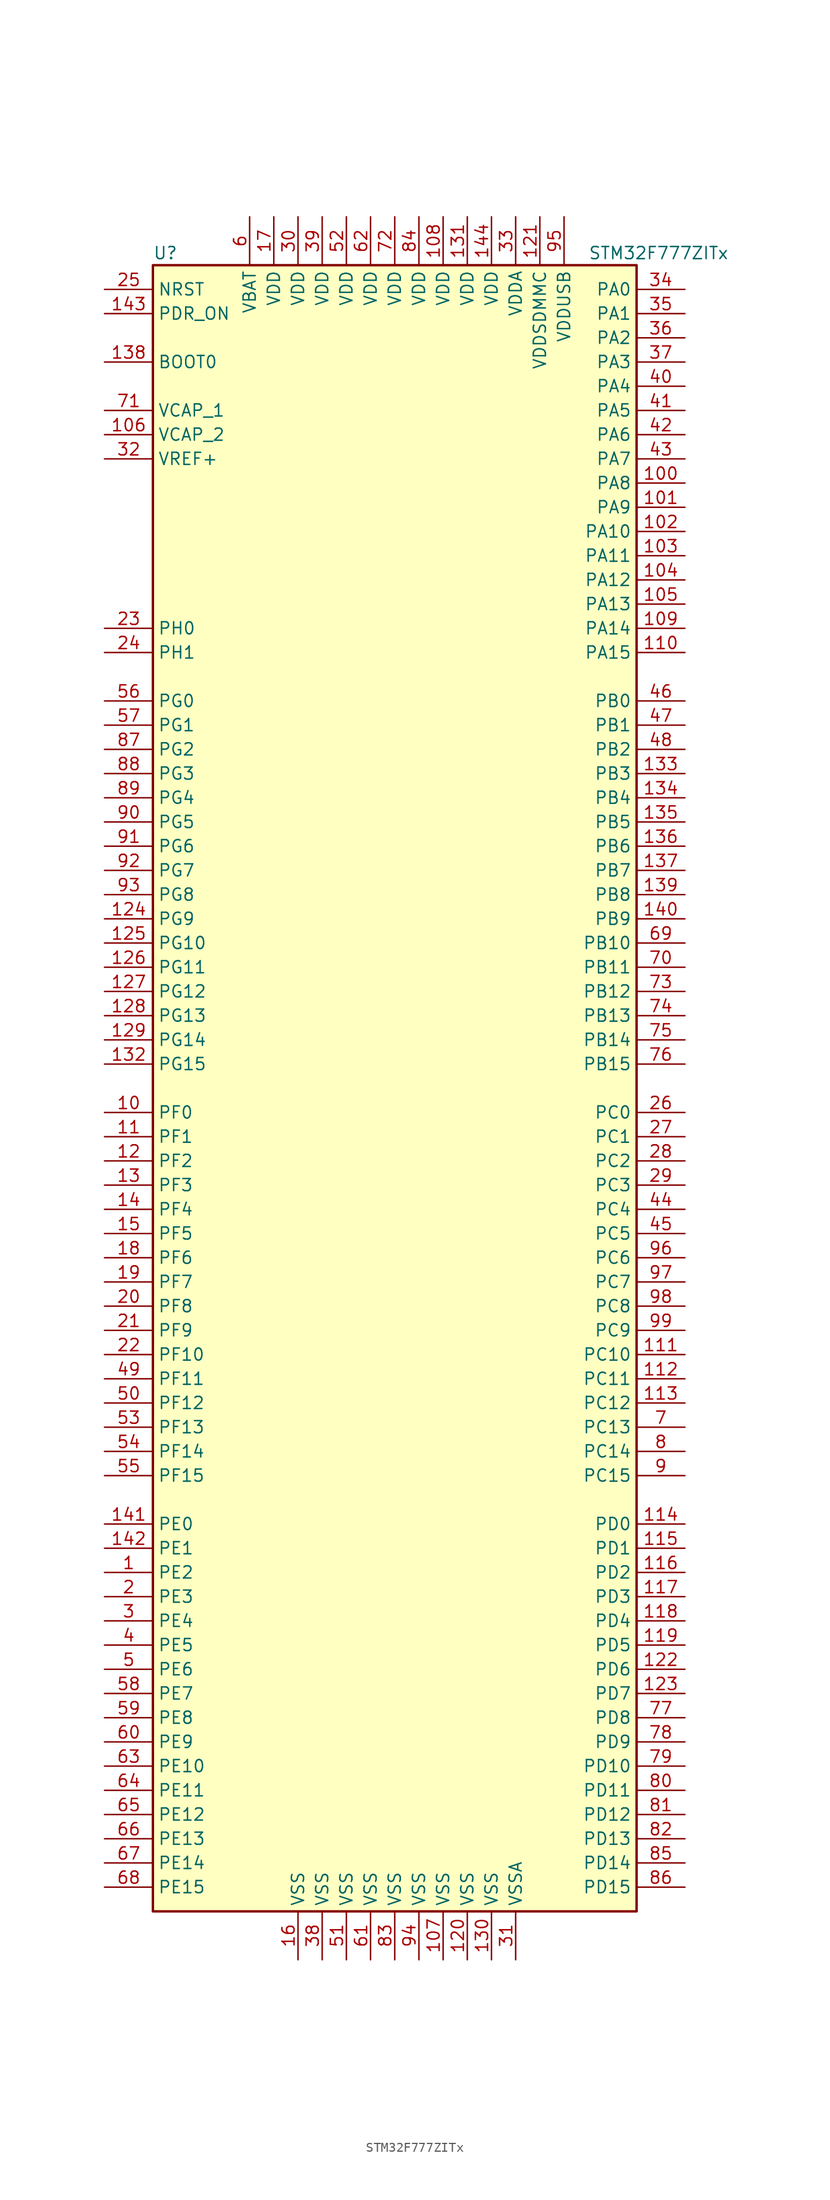
<source format=kicad_sym>
(kicad_symbol_lib
  (version 20201005)
  (generator kicad_symbol_editor)
  (symbol "MCU_ST_STM32F7:STM32F777ZITx"
    (property "Reference" "U"
      (at -25.4 87.63 0)
      (effects (font (size 1.27 1.27)) (justify left)))
    (property "Value" "STM32F777ZITx"
      (at 20.32 87.63 0)
      (effects (font (size 1.27 1.27)) (justify left)))
    (symbol "STM32F777ZITx_0_1"
      (rectangle (start -25.4 -86.36) (end 25.4 86.36) (stroke (width 0.254)) (fill (type background))))
    (symbol "STM32F777ZITx_1_1"
      (pin input line (at -30.48 76.2 0) (length 5.08) (name "BOOT0" (effects (font (size 1.27 1.27)))) (number "138" (effects (font (size 1.27 1.27)))))
      (pin input line (at -30.48 83.82 0) (length 5.08) (name "NRST" (effects (font (size 1.27 1.27)))) (number "25" (effects (font (size 1.27 1.27)))))
      (pin bidirectional line (at 30.48 83.82 180) (length 5.08) (name "PA0" (effects (font (size 1.27 1.27)))) (number "34" (effects (font (size 1.27 1.27)))))
      (pin bidirectional line (at 30.48 81.28 180) (length 5.08) (name "PA1" (effects (font (size 1.27 1.27)))) (number "35" (effects (font (size 1.27 1.27)))))
      (pin bidirectional line (at 30.48 58.42 180) (length 5.08) (name "PA10" (effects (font (size 1.27 1.27)))) (number "102" (effects (font (size 1.27 1.27)))))
      (pin bidirectional line (at 30.48 55.88 180) (length 5.08) (name "PA11" (effects (font (size 1.27 1.27)))) (number "103" (effects (font (size 1.27 1.27)))))
      (pin bidirectional line (at 30.48 53.34 180) (length 5.08) (name "PA12" (effects (font (size 1.27 1.27)))) (number "104" (effects (font (size 1.27 1.27)))))
      (pin bidirectional line (at 30.48 50.8 180) (length 5.08) (name "PA13" (effects (font (size 1.27 1.27)))) (number "105" (effects (font (size 1.27 1.27)))))
      (pin bidirectional line (at 30.48 48.26 180) (length 5.08) (name "PA14" (effects (font (size 1.27 1.27)))) (number "109" (effects (font (size 1.27 1.27)))))
      (pin bidirectional line (at 30.48 45.72 180) (length 5.08) (name "PA15" (effects (font (size 1.27 1.27)))) (number "110" (effects (font (size 1.27 1.27)))))
      (pin bidirectional line (at 30.48 78.74 180) (length 5.08) (name "PA2" (effects (font (size 1.27 1.27)))) (number "36" (effects (font (size 1.27 1.27)))))
      (pin bidirectional line (at 30.48 76.2 180) (length 5.08) (name "PA3" (effects (font (size 1.27 1.27)))) (number "37" (effects (font (size 1.27 1.27)))))
      (pin bidirectional line (at 30.48 73.66 180) (length 5.08) (name "PA4" (effects (font (size 1.27 1.27)))) (number "40" (effects (font (size 1.27 1.27)))))
      (pin bidirectional line (at 30.48 71.12 180) (length 5.08) (name "PA5" (effects (font (size 1.27 1.27)))) (number "41" (effects (font (size 1.27 1.27)))))
      (pin bidirectional line (at 30.48 68.58 180) (length 5.08) (name "PA6" (effects (font (size 1.27 1.27)))) (number "42" (effects (font (size 1.27 1.27)))))
      (pin bidirectional line (at 30.48 66.04 180) (length 5.08) (name "PA7" (effects (font (size 1.27 1.27)))) (number "43" (effects (font (size 1.27 1.27)))))
      (pin bidirectional line (at 30.48 63.5 180) (length 5.08) (name "PA8" (effects (font (size 1.27 1.27)))) (number "100" (effects (font (size 1.27 1.27)))))
      (pin bidirectional line (at 30.48 60.96 180) (length 5.08) (name "PA9" (effects (font (size 1.27 1.27)))) (number "101" (effects (font (size 1.27 1.27)))))
      (pin bidirectional line (at 30.48 40.64 180) (length 5.08) (name "PB0" (effects (font (size 1.27 1.27)))) (number "46" (effects (font (size 1.27 1.27)))))
      (pin bidirectional line (at 30.48 38.1 180) (length 5.08) (name "PB1" (effects (font (size 1.27 1.27)))) (number "47" (effects (font (size 1.27 1.27)))))
      (pin bidirectional line (at 30.48 15.24 180) (length 5.08) (name "PB10" (effects (font (size 1.27 1.27)))) (number "69" (effects (font (size 1.27 1.27)))))
      (pin bidirectional line (at 30.48 12.7 180) (length 5.08) (name "PB11" (effects (font (size 1.27 1.27)))) (number "70" (effects (font (size 1.27 1.27)))))
      (pin bidirectional line (at 30.48 10.16 180) (length 5.08) (name "PB12" (effects (font (size 1.27 1.27)))) (number "73" (effects (font (size 1.27 1.27)))))
      (pin bidirectional line (at 30.48 7.62 180) (length 5.08) (name "PB13" (effects (font (size 1.27 1.27)))) (number "74" (effects (font (size 1.27 1.27)))))
      (pin bidirectional line (at 30.48 5.08 180) (length 5.08) (name "PB14" (effects (font (size 1.27 1.27)))) (number "75" (effects (font (size 1.27 1.27)))))
      (pin bidirectional line (at 30.48 2.54 180) (length 5.08) (name "PB15" (effects (font (size 1.27 1.27)))) (number "76" (effects (font (size 1.27 1.27)))))
      (pin bidirectional line (at 30.48 35.56 180) (length 5.08) (name "PB2" (effects (font (size 1.27 1.27)))) (number "48" (effects (font (size 1.27 1.27)))))
      (pin bidirectional line (at 30.48 33.02 180) (length 5.08) (name "PB3" (effects (font (size 1.27 1.27)))) (number "133" (effects (font (size 1.27 1.27)))))
      (pin bidirectional line (at 30.48 30.48 180) (length 5.08) (name "PB4" (effects (font (size 1.27 1.27)))) (number "134" (effects (font (size 1.27 1.27)))))
      (pin bidirectional line (at 30.48 27.94 180) (length 5.08) (name "PB5" (effects (font (size 1.27 1.27)))) (number "135" (effects (font (size 1.27 1.27)))))
      (pin bidirectional line (at 30.48 25.4 180) (length 5.08) (name "PB6" (effects (font (size 1.27 1.27)))) (number "136" (effects (font (size 1.27 1.27)))))
      (pin bidirectional line (at 30.48 22.86 180) (length 5.08) (name "PB7" (effects (font (size 1.27 1.27)))) (number "137" (effects (font (size 1.27 1.27)))))
      (pin bidirectional line (at 30.48 20.32 180) (length 5.08) (name "PB8" (effects (font (size 1.27 1.27)))) (number "139" (effects (font (size 1.27 1.27)))))
      (pin bidirectional line (at 30.48 17.78 180) (length 5.08) (name "PB9" (effects (font (size 1.27 1.27)))) (number "140" (effects (font (size 1.27 1.27)))))
      (pin bidirectional line (at 30.48 -2.54 180) (length 5.08) (name "PC0" (effects (font (size 1.27 1.27)))) (number "26" (effects (font (size 1.27 1.27)))))
      (pin bidirectional line (at 30.48 -5.08 180) (length 5.08) (name "PC1" (effects (font (size 1.27 1.27)))) (number "27" (effects (font (size 1.27 1.27)))))
      (pin bidirectional line (at 30.48 -27.94 180) (length 5.08) (name "PC10" (effects (font (size 1.27 1.27)))) (number "111" (effects (font (size 1.27 1.27)))))
      (pin bidirectional line (at 30.48 -30.48 180) (length 5.08) (name "PC11" (effects (font (size 1.27 1.27)))) (number "112" (effects (font (size 1.27 1.27)))))
      (pin bidirectional line (at 30.48 -33.02 180) (length 5.08) (name "PC12" (effects (font (size 1.27 1.27)))) (number "113" (effects (font (size 1.27 1.27)))))
      (pin bidirectional line (at 30.48 -35.56 180) (length 5.08) (name "PC13" (effects (font (size 1.27 1.27)))) (number "7" (effects (font (size 1.27 1.27)))))
      (pin bidirectional line (at 30.48 -38.1 180) (length 5.08) (name "PC14" (effects (font (size 1.27 1.27)))) (number "8" (effects (font (size 1.27 1.27)))))
      (pin bidirectional line (at 30.48 -40.64 180) (length 5.08) (name "PC15" (effects (font (size 1.27 1.27)))) (number "9" (effects (font (size 1.27 1.27)))))
      (pin bidirectional line (at 30.48 -7.62 180) (length 5.08) (name "PC2" (effects (font (size 1.27 1.27)))) (number "28" (effects (font (size 1.27 1.27)))))
      (pin bidirectional line (at 30.48 -10.16 180) (length 5.08) (name "PC3" (effects (font (size 1.27 1.27)))) (number "29" (effects (font (size 1.27 1.27)))))
      (pin bidirectional line (at 30.48 -12.7 180) (length 5.08) (name "PC4" (effects (font (size 1.27 1.27)))) (number "44" (effects (font (size 1.27 1.27)))))
      (pin bidirectional line (at 30.48 -15.24 180) (length 5.08) (name "PC5" (effects (font (size 1.27 1.27)))) (number "45" (effects (font (size 1.27 1.27)))))
      (pin bidirectional line (at 30.48 -17.78 180) (length 5.08) (name "PC6" (effects (font (size 1.27 1.27)))) (number "96" (effects (font (size 1.27 1.27)))))
      (pin bidirectional line (at 30.48 -20.32 180) (length 5.08) (name "PC7" (effects (font (size 1.27 1.27)))) (number "97" (effects (font (size 1.27 1.27)))))
      (pin bidirectional line (at 30.48 -22.86 180) (length 5.08) (name "PC8" (effects (font (size 1.27 1.27)))) (number "98" (effects (font (size 1.27 1.27)))))
      (pin bidirectional line (at 30.48 -25.4 180) (length 5.08) (name "PC9" (effects (font (size 1.27 1.27)))) (number "99" (effects (font (size 1.27 1.27)))))
      (pin bidirectional line (at 30.48 -45.72 180) (length 5.08) (name "PD0" (effects (font (size 1.27 1.27)))) (number "114" (effects (font (size 1.27 1.27)))))
      (pin bidirectional line (at 30.48 -48.26 180) (length 5.08) (name "PD1" (effects (font (size 1.27 1.27)))) (number "115" (effects (font (size 1.27 1.27)))))
      (pin bidirectional line (at 30.48 -71.12 180) (length 5.08) (name "PD10" (effects (font (size 1.27 1.27)))) (number "79" (effects (font (size 1.27 1.27)))))
      (pin bidirectional line (at 30.48 -73.66 180) (length 5.08) (name "PD11" (effects (font (size 1.27 1.27)))) (number "80" (effects (font (size 1.27 1.27)))))
      (pin bidirectional line (at 30.48 -76.2 180) (length 5.08) (name "PD12" (effects (font (size 1.27 1.27)))) (number "81" (effects (font (size 1.27 1.27)))))
      (pin bidirectional line (at 30.48 -78.74 180) (length 5.08) (name "PD13" (effects (font (size 1.27 1.27)))) (number "82" (effects (font (size 1.27 1.27)))))
      (pin bidirectional line (at 30.48 -81.28 180) (length 5.08) (name "PD14" (effects (font (size 1.27 1.27)))) (number "85" (effects (font (size 1.27 1.27)))))
      (pin bidirectional line (at 30.48 -83.82 180) (length 5.08) (name "PD15" (effects (font (size 1.27 1.27)))) (number "86" (effects (font (size 1.27 1.27)))))
      (pin bidirectional line (at 30.48 -50.8 180) (length 5.08) (name "PD2" (effects (font (size 1.27 1.27)))) (number "116" (effects (font (size 1.27 1.27)))))
      (pin bidirectional line (at 30.48 -53.34 180) (length 5.08) (name "PD3" (effects (font (size 1.27 1.27)))) (number "117" (effects (font (size 1.27 1.27)))))
      (pin bidirectional line (at 30.48 -55.88 180) (length 5.08) (name "PD4" (effects (font (size 1.27 1.27)))) (number "118" (effects (font (size 1.27 1.27)))))
      (pin bidirectional line (at 30.48 -58.42 180) (length 5.08) (name "PD5" (effects (font (size 1.27 1.27)))) (number "119" (effects (font (size 1.27 1.27)))))
      (pin bidirectional line (at 30.48 -60.96 180) (length 5.08) (name "PD6" (effects (font (size 1.27 1.27)))) (number "122" (effects (font (size 1.27 1.27)))))
      (pin bidirectional line (at 30.48 -63.5 180) (length 5.08) (name "PD7" (effects (font (size 1.27 1.27)))) (number "123" (effects (font (size 1.27 1.27)))))
      (pin bidirectional line (at 30.48 -66.04 180) (length 5.08) (name "PD8" (effects (font (size 1.27 1.27)))) (number "77" (effects (font (size 1.27 1.27)))))
      (pin bidirectional line (at 30.48 -68.58 180) (length 5.08) (name "PD9" (effects (font (size 1.27 1.27)))) (number "78" (effects (font (size 1.27 1.27)))))
      (pin input line (at -30.48 81.28 0) (length 5.08) (name "PDR_ON" (effects (font (size 1.27 1.27)))) (number "143" (effects (font (size 1.27 1.27)))))
      (pin bidirectional line (at -30.48 -45.72 0) (length 5.08) (name "PE0" (effects (font (size 1.27 1.27)))) (number "141" (effects (font (size 1.27 1.27)))))
      (pin bidirectional line (at -30.48 -48.26 0) (length 5.08) (name "PE1" (effects (font (size 1.27 1.27)))) (number "142" (effects (font (size 1.27 1.27)))))
      (pin bidirectional line (at -30.48 -71.12 0) (length 5.08) (name "PE10" (effects (font (size 1.27 1.27)))) (number "63" (effects (font (size 1.27 1.27)))))
      (pin bidirectional line (at -30.48 -73.66 0) (length 5.08) (name "PE11" (effects (font (size 1.27 1.27)))) (number "64" (effects (font (size 1.27 1.27)))))
      (pin bidirectional line (at -30.48 -76.2 0) (length 5.08) (name "PE12" (effects (font (size 1.27 1.27)))) (number "65" (effects (font (size 1.27 1.27)))))
      (pin bidirectional line (at -30.48 -78.74 0) (length 5.08) (name "PE13" (effects (font (size 1.27 1.27)))) (number "66" (effects (font (size 1.27 1.27)))))
      (pin bidirectional line (at -30.48 -81.28 0) (length 5.08) (name "PE14" (effects (font (size 1.27 1.27)))) (number "67" (effects (font (size 1.27 1.27)))))
      (pin bidirectional line (at -30.48 -83.82 0) (length 5.08) (name "PE15" (effects (font (size 1.27 1.27)))) (number "68" (effects (font (size 1.27 1.27)))))
      (pin bidirectional line (at -30.48 -50.8 0) (length 5.08) (name "PE2" (effects (font (size 1.27 1.27)))) (number "1" (effects (font (size 1.27 1.27)))))
      (pin bidirectional line (at -30.48 -53.34 0) (length 5.08) (name "PE3" (effects (font (size 1.27 1.27)))) (number "2" (effects (font (size 1.27 1.27)))))
      (pin bidirectional line (at -30.48 -55.88 0) (length 5.08) (name "PE4" (effects (font (size 1.27 1.27)))) (number "3" (effects (font (size 1.27 1.27)))))
      (pin bidirectional line (at -30.48 -58.42 0) (length 5.08) (name "PE5" (effects (font (size 1.27 1.27)))) (number "4" (effects (font (size 1.27 1.27)))))
      (pin bidirectional line (at -30.48 -60.96 0) (length 5.08) (name "PE6" (effects (font (size 1.27 1.27)))) (number "5" (effects (font (size 1.27 1.27)))))
      (pin bidirectional line (at -30.48 -63.5 0) (length 5.08) (name "PE7" (effects (font (size 1.27 1.27)))) (number "58" (effects (font (size 1.27 1.27)))))
      (pin bidirectional line (at -30.48 -66.04 0) (length 5.08) (name "PE8" (effects (font (size 1.27 1.27)))) (number "59" (effects (font (size 1.27 1.27)))))
      (pin bidirectional line (at -30.48 -68.58 0) (length 5.08) (name "PE9" (effects (font (size 1.27 1.27)))) (number "60" (effects (font (size 1.27 1.27)))))
      (pin bidirectional line (at -30.48 -2.54 0) (length 5.08) (name "PF0" (effects (font (size 1.27 1.27)))) (number "10" (effects (font (size 1.27 1.27)))))
      (pin bidirectional line (at -30.48 -5.08 0) (length 5.08) (name "PF1" (effects (font (size 1.27 1.27)))) (number "11" (effects (font (size 1.27 1.27)))))
      (pin bidirectional line (at -30.48 -27.94 0) (length 5.08) (name "PF10" (effects (font (size 1.27 1.27)))) (number "22" (effects (font (size 1.27 1.27)))))
      (pin bidirectional line (at -30.48 -30.48 0) (length 5.08) (name "PF11" (effects (font (size 1.27 1.27)))) (number "49" (effects (font (size 1.27 1.27)))))
      (pin bidirectional line (at -30.48 -33.02 0) (length 5.08) (name "PF12" (effects (font (size 1.27 1.27)))) (number "50" (effects (font (size 1.27 1.27)))))
      (pin bidirectional line (at -30.48 -35.56 0) (length 5.08) (name "PF13" (effects (font (size 1.27 1.27)))) (number "53" (effects (font (size 1.27 1.27)))))
      (pin bidirectional line (at -30.48 -38.1 0) (length 5.08) (name "PF14" (effects (font (size 1.27 1.27)))) (number "54" (effects (font (size 1.27 1.27)))))
      (pin bidirectional line (at -30.48 -40.64 0) (length 5.08) (name "PF15" (effects (font (size 1.27 1.27)))) (number "55" (effects (font (size 1.27 1.27)))))
      (pin bidirectional line (at -30.48 -7.62 0) (length 5.08) (name "PF2" (effects (font (size 1.27 1.27)))) (number "12" (effects (font (size 1.27 1.27)))))
      (pin bidirectional line (at -30.48 -10.16 0) (length 5.08) (name "PF3" (effects (font (size 1.27 1.27)))) (number "13" (effects (font (size 1.27 1.27)))))
      (pin bidirectional line (at -30.48 -12.7 0) (length 5.08) (name "PF4" (effects (font (size 1.27 1.27)))) (number "14" (effects (font (size 1.27 1.27)))))
      (pin bidirectional line (at -30.48 -15.24 0) (length 5.08) (name "PF5" (effects (font (size 1.27 1.27)))) (number "15" (effects (font (size 1.27 1.27)))))
      (pin bidirectional line (at -30.48 -17.78 0) (length 5.08) (name "PF6" (effects (font (size 1.27 1.27)))) (number "18" (effects (font (size 1.27 1.27)))))
      (pin bidirectional line (at -30.48 -20.32 0) (length 5.08) (name "PF7" (effects (font (size 1.27 1.27)))) (number "19" (effects (font (size 1.27 1.27)))))
      (pin bidirectional line (at -30.48 -22.86 0) (length 5.08) (name "PF8" (effects (font (size 1.27 1.27)))) (number "20" (effects (font (size 1.27 1.27)))))
      (pin bidirectional line (at -30.48 -25.4 0) (length 5.08) (name "PF9" (effects (font (size 1.27 1.27)))) (number "21" (effects (font (size 1.27 1.27)))))
      (pin bidirectional line (at -30.48 40.64 0) (length 5.08) (name "PG0" (effects (font (size 1.27 1.27)))) (number "56" (effects (font (size 1.27 1.27)))))
      (pin bidirectional line (at -30.48 38.1 0) (length 5.08) (name "PG1" (effects (font (size 1.27 1.27)))) (number "57" (effects (font (size 1.27 1.27)))))
      (pin bidirectional line (at -30.48 15.24 0) (length 5.08) (name "PG10" (effects (font (size 1.27 1.27)))) (number "125" (effects (font (size 1.27 1.27)))))
      (pin bidirectional line (at -30.48 12.7 0) (length 5.08) (name "PG11" (effects (font (size 1.27 1.27)))) (number "126" (effects (font (size 1.27 1.27)))))
      (pin bidirectional line (at -30.48 10.16 0) (length 5.08) (name "PG12" (effects (font (size 1.27 1.27)))) (number "127" (effects (font (size 1.27 1.27)))))
      (pin bidirectional line (at -30.48 7.62 0) (length 5.08) (name "PG13" (effects (font (size 1.27 1.27)))) (number "128" (effects (font (size 1.27 1.27)))))
      (pin bidirectional line (at -30.48 5.08 0) (length 5.08) (name "PG14" (effects (font (size 1.27 1.27)))) (number "129" (effects (font (size 1.27 1.27)))))
      (pin bidirectional line (at -30.48 2.54 0) (length 5.08) (name "PG15" (effects (font (size 1.27 1.27)))) (number "132" (effects (font (size 1.27 1.27)))))
      (pin bidirectional line (at -30.48 35.56 0) (length 5.08) (name "PG2" (effects (font (size 1.27 1.27)))) (number "87" (effects (font (size 1.27 1.27)))))
      (pin bidirectional line (at -30.48 33.02 0) (length 5.08) (name "PG3" (effects (font (size 1.27 1.27)))) (number "88" (effects (font (size 1.27 1.27)))))
      (pin bidirectional line (at -30.48 30.48 0) (length 5.08) (name "PG4" (effects (font (size 1.27 1.27)))) (number "89" (effects (font (size 1.27 1.27)))))
      (pin bidirectional line (at -30.48 27.94 0) (length 5.08) (name "PG5" (effects (font (size 1.27 1.27)))) (number "90" (effects (font (size 1.27 1.27)))))
      (pin bidirectional line (at -30.48 25.4 0) (length 5.08) (name "PG6" (effects (font (size 1.27 1.27)))) (number "91" (effects (font (size 1.27 1.27)))))
      (pin bidirectional line (at -30.48 22.86 0) (length 5.08) (name "PG7" (effects (font (size 1.27 1.27)))) (number "92" (effects (font (size 1.27 1.27)))))
      (pin bidirectional line (at -30.48 20.32 0) (length 5.08) (name "PG8" (effects (font (size 1.27 1.27)))) (number "93" (effects (font (size 1.27 1.27)))))
      (pin bidirectional line (at -30.48 17.78 0) (length 5.08) (name "PG9" (effects (font (size 1.27 1.27)))) (number "124" (effects (font (size 1.27 1.27)))))
      (pin input line (at -30.48 48.26 0) (length 5.08) (name "PH0" (effects (font (size 1.27 1.27)))) (number "23" (effects (font (size 1.27 1.27)))))
      (pin input line (at -30.48 45.72 0) (length 5.08) (name "PH1" (effects (font (size 1.27 1.27)))) (number "24" (effects (font (size 1.27 1.27)))))
      (pin power_in line (at -15.24 91.44 270) (length 5.08) (name "VBAT" (effects (font (size 1.27 1.27)))) (number "6" (effects (font (size 1.27 1.27)))))
      (pin power_in line (at -30.48 71.12 0) (length 5.08) (name "VCAP_1" (effects (font (size 1.27 1.27)))) (number "71" (effects (font (size 1.27 1.27)))))
      (pin power_in line (at -30.48 68.58 0) (length 5.08) (name "VCAP_2" (effects (font (size 1.27 1.27)))) (number "106" (effects (font (size 1.27 1.27)))))
      (pin power_in line (at 5.08 91.44 270) (length 5.08) (name "VDD" (effects (font (size 1.27 1.27)))) (number "108" (effects (font (size 1.27 1.27)))))
      (pin power_in line (at 7.62 91.44 270) (length 5.08) (name "VDD" (effects (font (size 1.27 1.27)))) (number "131" (effects (font (size 1.27 1.27)))))
      (pin power_in line (at 10.16 91.44 270) (length 5.08) (name "VDD" (effects (font (size 1.27 1.27)))) (number "144" (effects (font (size 1.27 1.27)))))
      (pin power_in line (at -12.7 91.44 270) (length 5.08) (name "VDD" (effects (font (size 1.27 1.27)))) (number "17" (effects (font (size 1.27 1.27)))))
      (pin power_in line (at -10.16 91.44 270) (length 5.08) (name "VDD" (effects (font (size 1.27 1.27)))) (number "30" (effects (font (size 1.27 1.27)))))
      (pin power_in line (at -7.62 91.44 270) (length 5.08) (name "VDD" (effects (font (size 1.27 1.27)))) (number "39" (effects (font (size 1.27 1.27)))))
      (pin power_in line (at -5.08 91.44 270) (length 5.08) (name "VDD" (effects (font (size 1.27 1.27)))) (number "52" (effects (font (size 1.27 1.27)))))
      (pin power_in line (at -2.54 91.44 270) (length 5.08) (name "VDD" (effects (font (size 1.27 1.27)))) (number "62" (effects (font (size 1.27 1.27)))))
      (pin power_in line (at 0 91.44 270) (length 5.08) (name "VDD" (effects (font (size 1.27 1.27)))) (number "72" (effects (font (size 1.27 1.27)))))
      (pin power_in line (at 2.54 91.44 270) (length 5.08) (name "VDD" (effects (font (size 1.27 1.27)))) (number "84" (effects (font (size 1.27 1.27)))))
      (pin power_in line (at 12.7 91.44 270) (length 5.08) (name "VDDA" (effects (font (size 1.27 1.27)))) (number "33" (effects (font (size 1.27 1.27)))))
      (pin power_in line (at 15.24 91.44 270) (length 5.08) (name "VDDSDMMC" (effects (font (size 1.27 1.27)))) (number "121" (effects (font (size 1.27 1.27)))))
      (pin power_in line (at 17.78 91.44 270) (length 5.08) (name "VDDUSB" (effects (font (size 1.27 1.27)))) (number "95" (effects (font (size 1.27 1.27)))))
      (pin power_in line (at -30.48 66.04 0) (length 5.08) (name "VREF+" (effects (font (size 1.27 1.27)))) (number "32" (effects (font (size 1.27 1.27)))))
      (pin power_in line (at 5.08 -91.44 90) (length 5.08) (name "VSS" (effects (font (size 1.27 1.27)))) (number "107" (effects (font (size 1.27 1.27)))))
      (pin power_in line (at 7.62 -91.44 90) (length 5.08) (name "VSS" (effects (font (size 1.27 1.27)))) (number "120" (effects (font (size 1.27 1.27)))))
      (pin power_in line (at 10.16 -91.44 90) (length 5.08) (name "VSS" (effects (font (size 1.27 1.27)))) (number "130" (effects (font (size 1.27 1.27)))))
      (pin power_in line (at -10.16 -91.44 90) (length 5.08) (name "VSS" (effects (font (size 1.27 1.27)))) (number "16" (effects (font (size 1.27 1.27)))))
      (pin power_in line (at -7.62 -91.44 90) (length 5.08) (name "VSS" (effects (font (size 1.27 1.27)))) (number "38" (effects (font (size 1.27 1.27)))))
      (pin power_in line (at -5.08 -91.44 90) (length 5.08) (name "VSS" (effects (font (size 1.27 1.27)))) (number "51" (effects (font (size 1.27 1.27)))))
      (pin power_in line (at -2.54 -91.44 90) (length 5.08) (name "VSS" (effects (font (size 1.27 1.27)))) (number "61" (effects (font (size 1.27 1.27)))))
      (pin power_in line (at 0 -91.44 90) (length 5.08) (name "VSS" (effects (font (size 1.27 1.27)))) (number "83" (effects (font (size 1.27 1.27)))))
      (pin power_in line (at 2.54 -91.44 90) (length 5.08) (name "VSS" (effects (font (size 1.27 1.27)))) (number "94" (effects (font (size 1.27 1.27)))))
      (pin power_in line (at 12.7 -91.44 90) (length 5.08) (name "VSSA" (effects (font (size 1.27 1.27)))) (number "31" (effects (font (size 1.27 1.27))))))))
</source>
